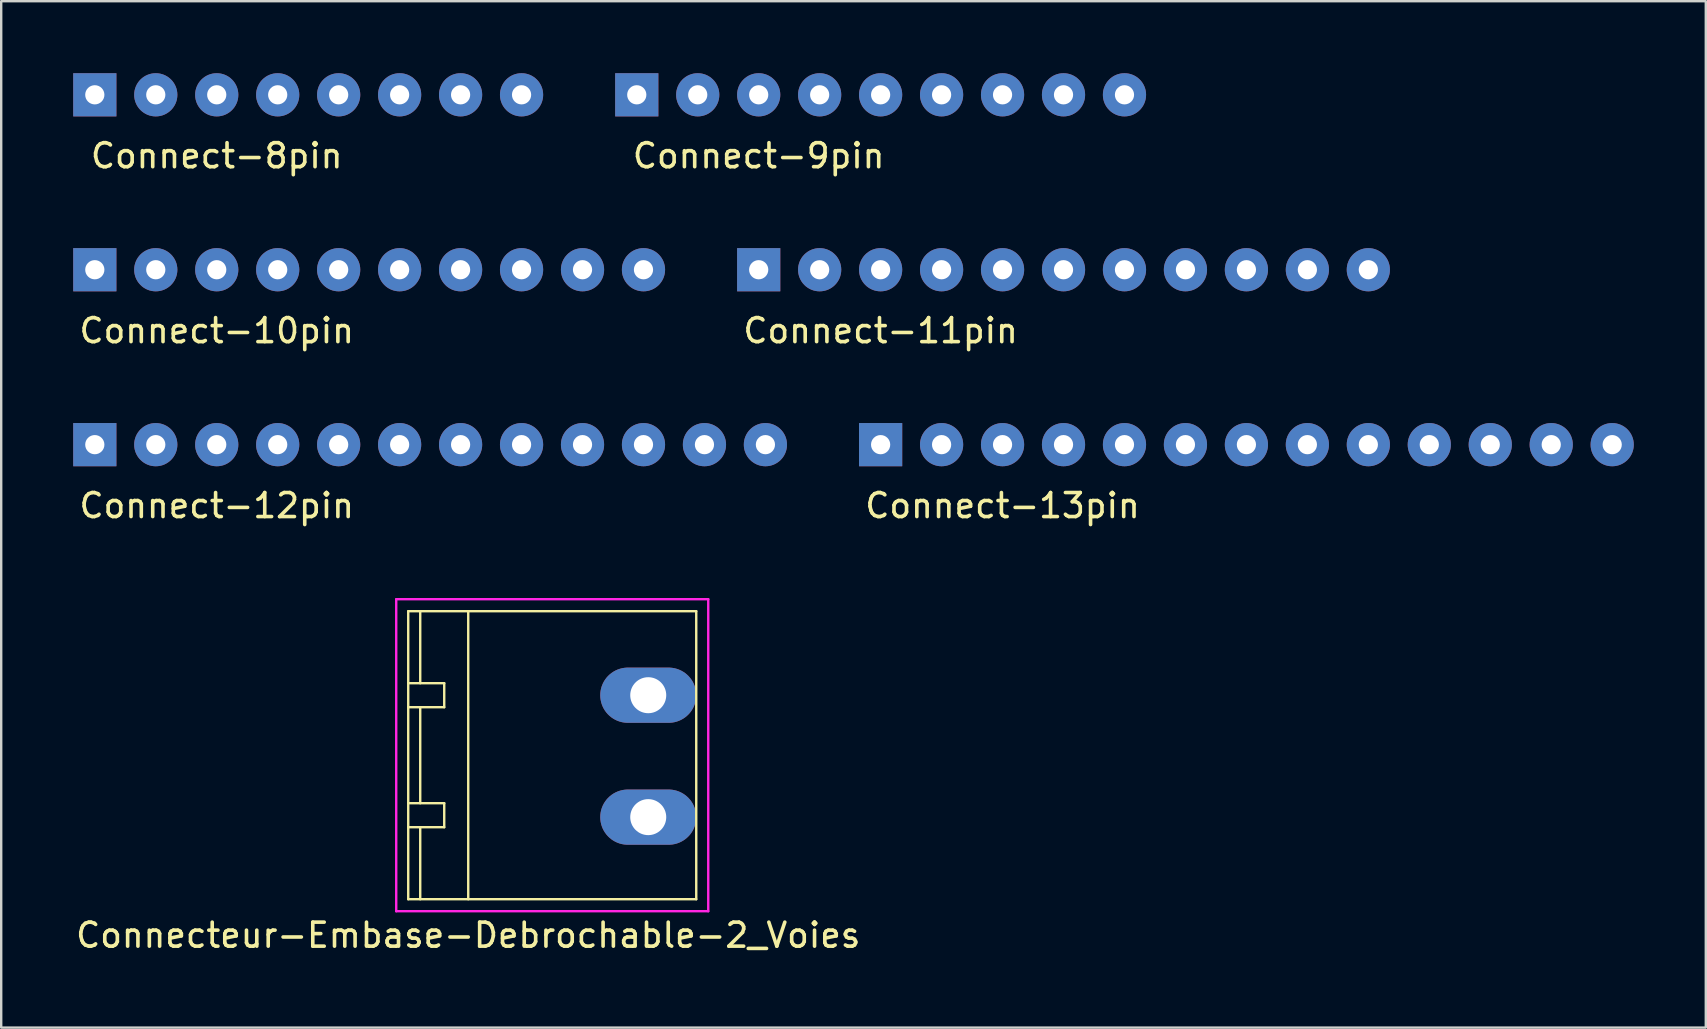
<source format=kicad_pcb>
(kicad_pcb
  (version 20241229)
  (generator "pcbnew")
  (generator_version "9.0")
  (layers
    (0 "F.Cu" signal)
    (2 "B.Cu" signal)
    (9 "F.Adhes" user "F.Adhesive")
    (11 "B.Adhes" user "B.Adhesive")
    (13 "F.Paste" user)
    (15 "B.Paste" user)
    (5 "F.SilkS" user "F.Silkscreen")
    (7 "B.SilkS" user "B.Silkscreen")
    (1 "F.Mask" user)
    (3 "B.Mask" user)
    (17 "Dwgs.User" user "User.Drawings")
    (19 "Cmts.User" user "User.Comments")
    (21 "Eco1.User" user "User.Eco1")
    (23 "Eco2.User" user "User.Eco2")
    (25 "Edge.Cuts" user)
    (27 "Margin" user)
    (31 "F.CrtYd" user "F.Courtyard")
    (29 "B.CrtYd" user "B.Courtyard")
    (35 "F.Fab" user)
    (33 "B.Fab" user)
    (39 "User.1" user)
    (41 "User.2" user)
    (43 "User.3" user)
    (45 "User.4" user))
  (footprint "Connecteur-Embase-Debrochable-2_Voies"
    (layer "F.Cu")
    (at 23.958 25.915)
    (property "Reference" "Connecteur-Embase-Debrochable-2_Voies" (at -7.5 10 0) (layer "F.SilkS") (effects (font (size 1 1) (thickness 0.15))))
    (attr through_hole)
    (fp_line (start -10 -3.5) (end 2 -3.5) (stroke (width 0.1) (type solid)) (layer "F.SilkS"))
    (fp_line (start -10 -0.5) (end -8.5 -0.5) (stroke (width 0.1) (type solid)) (layer "F.SilkS"))
    (fp_line (start -10 4.5) (end -8.5 4.5) (stroke (width 0.1) (type solid)) (layer "F.SilkS"))
    (fp_line (start -10 8.5) (end -10 -3.5) (stroke (width 0.1) (type solid)) (layer "F.SilkS"))
    (fp_line (start -9.5 -3.5) (end -9.5 -0.5) (stroke (width 0.1) (type solid)) (layer "F.SilkS"))
    (fp_line (start -9.5 0.5) (end -9.5 4.5) (stroke (width 0.1) (type solid)) (layer "F.SilkS"))
    (fp_line (start -9.5 5.5) (end -9.5 8.5) (stroke (width 0.1) (type solid)) (layer "F.SilkS"))
    (fp_line (start -8.5 -0.5) (end -8.5 0.5) (stroke (width 0.1) (type solid)) (layer "F.SilkS"))
    (fp_line (start -8.5 0.5) (end -10 0.5) (stroke (width 0.1) (type solid)) (layer "F.SilkS"))
    (fp_line (start -8.5 4.5) (end -8.5 5.5) (stroke (width 0.1) (type solid)) (layer "F.SilkS"))
    (fp_line (start -8.5 5.5) (end -10 5.5) (stroke (width 0.1) (type solid)) (layer "F.SilkS"))
    (fp_line (start -7.5 -3.5) (end -7.5 8.5) (stroke (width 0.1) (type solid)) (layer "F.SilkS"))
    (fp_line (start 2 -3.5) (end 2 8.5) (stroke (width 0.1) (type solid)) (layer "F.SilkS"))
    (fp_line (start 2 8.5) (end -10 8.5) (stroke (width 0.1) (type solid)) (layer "F.SilkS"))
    (fp_line (start -10.5 -4) (end 2.5 -4) (stroke (width 0.1) (type solid)) (layer "F.CrtYd"))
    (fp_line (start -10.5 9) (end -10.5 -4) (stroke (width 0.1) (type solid)) (layer "F.CrtYd"))
    (fp_line (start 2.5 -4) (end 2.5 9) (stroke (width 0.1) (type solid)) (layer "F.CrtYd"))
    (fp_line (start 2.5 9) (end -10.5 9) (stroke (width 0.1) (type solid)) (layer "F.CrtYd"))
    (pad "1" thru_hole oval (at 0 0) (size 4 2.3) (drill 1.5) (layers "*.Cu" "*.Mask"))
    (pad "2" thru_hole oval (at 0 5.08) (size 4 2.3) (drill 1.5) (layers "*.Cu" "*.Mask")))
  (footprint "Connect-13pin"
    (layer "F.Cu")
    (at 38.72 15.476)
    (property "Reference" "Connect-13pin" (at 0 2.54 0) (layer "F.SilkS") (effects (font (size 1 1) (thickness 0.15))))
    (attr through_hole)
    (pad "1" thru_hole rect (at -5.08 0) (size 1.8 1.8) (drill 0.8) (layers "*.Cu" "*.Mask"))
    (pad "2" thru_hole circle (at -2.54 0) (size 1.8 1.8) (drill 0.8) (layers "*.Cu" "*.Mask"))
    (pad "3" thru_hole circle (at 0 0) (size 1.8 1.8) (drill 0.8) (layers "*.Cu" "*.Mask"))
    (pad "4" thru_hole circle (at 2.54 0) (size 1.8 1.8) (drill 0.8) (layers "*.Cu" "*.Mask"))
    (pad "5" thru_hole circle (at 5.08 0) (size 1.8 1.8) (drill 0.8) (layers "*.Cu" "*.Mask"))
    (pad "6" thru_hole circle (at 7.62 0) (size 1.8 1.8) (drill 0.8) (layers "*.Cu" "*.Mask"))
    (pad "7" thru_hole circle (at 10.16 0) (size 1.8 1.8) (drill 0.8) (layers "*.Cu" "*.Mask"))
    (pad "8" thru_hole circle (at 12.7 0) (size 1.8 1.8) (drill 0.8) (layers "*.Cu" "*.Mask"))
    (pad "9" thru_hole circle (at 15.24 0) (size 1.8 1.8) (drill 0.8) (layers "*.Cu" "*.Mask"))
    (pad "10" thru_hole circle (at 17.78 0) (size 1.8 1.8) (drill 0.8) (layers "*.Cu" "*.Mask"))
    (pad "11" thru_hole circle (at 20.32 0) (size 1.8 1.8) (drill 0.8) (layers "*.Cu" "*.Mask"))
    (pad "12" thru_hole circle (at 22.86 0) (size 1.8 1.8) (drill 0.8) (layers "*.Cu" "*.Mask"))
    (pad "13" thru_hole circle (at 25.4 0) (size 1.8 1.8) (drill 0.8) (layers "*.Cu" "*.Mask")))
  (footprint "Connect-10pin"
    (layer "F.Cu")
    (at 5.98 8.188)
    (property "Reference" "Connect-10pin" (at 0 2.54 0) (layer "F.SilkS") (effects (font (size 1 1) (thickness 0.15))))
    (attr through_hole)
    (pad "1" thru_hole rect (at -5.08 0) (size 1.8 1.8) (drill 0.8) (layers "*.Cu" "*.Mask"))
    (pad "2" thru_hole circle (at -2.54 0) (size 1.8 1.8) (drill 0.8) (layers "*.Cu" "*.Mask"))
    (pad "3" thru_hole circle (at 0 0) (size 1.8 1.8) (drill 0.8) (layers "*.Cu" "*.Mask"))
    (pad "4" thru_hole circle (at 2.54 0) (size 1.8 1.8) (drill 0.8) (layers "*.Cu" "*.Mask"))
    (pad "5" thru_hole circle (at 5.08 0) (size 1.8 1.8) (drill 0.8) (layers "*.Cu" "*.Mask"))
    (pad "6" thru_hole circle (at 7.62 0) (size 1.8 1.8) (drill 0.8) (layers "*.Cu" "*.Mask"))
    (pad "7" thru_hole circle (at 10.16 0) (size 1.8 1.8) (drill 0.8) (layers "*.Cu" "*.Mask"))
    (pad "8" thru_hole circle (at 12.7 0) (size 1.8 1.8) (drill 0.8) (layers "*.Cu" "*.Mask"))
    (pad "9" thru_hole circle (at 15.24 0) (size 1.8 1.8) (drill 0.8) (layers "*.Cu" "*.Mask"))
    (pad "10" thru_hole circle (at 17.78 0) (size 1.8 1.8) (drill 0.8) (layers "*.Cu" "*.Mask")))
  (footprint "Connect-8pin"
    (layer "F.Cu")
    (at 5.98 0.9)
    (property "Reference" "Connect-8pin" (at 0 2.54 0) (layer "F.SilkS") (effects (font (size 1 1) (thickness 0.15))))
    (attr through_hole)
    (pad "1" thru_hole rect (at -5.08 0) (size 1.8 1.8) (drill 0.8) (layers "*.Cu" "*.Mask"))
    (pad "2" thru_hole circle (at -2.54 0) (size 1.8 1.8) (drill 0.8) (layers "*.Cu" "*.Mask"))
    (pad "3" thru_hole circle (at 0 0) (size 1.8 1.8) (drill 0.8) (layers "*.Cu" "*.Mask"))
    (pad "4" thru_hole circle (at 2.54 0) (size 1.8 1.8) (drill 0.8) (layers "*.Cu" "*.Mask"))
    (pad "5" thru_hole circle (at 5.08 0) (size 1.8 1.8) (drill 0.8) (layers "*.Cu" "*.Mask"))
    (pad "6" thru_hole circle (at 7.62 0) (size 1.8 1.8) (drill 0.8) (layers "*.Cu" "*.Mask"))
    (pad "7" thru_hole circle (at 10.16 0) (size 1.8 1.8) (drill 0.8) (layers "*.Cu" "*.Mask"))
    (pad "8" thru_hole circle (at 12.7 0) (size 1.8 1.8) (drill 0.8) (layers "*.Cu" "*.Mask")))
  (footprint "Connect-9pin"
    (layer "F.Cu")
    (at 28.56 0.9)
    (property "Reference" "Connect-9pin" (at 0 2.54 0) (layer "F.SilkS") (effects (font (size 1 1) (thickness 0.15))))
    (attr through_hole)
    (pad "1" thru_hole rect (at -5.08 0) (size 1.8 1.8) (drill 0.8) (layers "*.Cu" "*.Mask"))
    (pad "2" thru_hole circle (at -2.54 0) (size 1.8 1.8) (drill 0.8) (layers "*.Cu" "*.Mask"))
    (pad "3" thru_hole circle (at 0 0) (size 1.8 1.8) (drill 0.8) (layers "*.Cu" "*.Mask"))
    (pad "4" thru_hole circle (at 2.54 0) (size 1.8 1.8) (drill 0.8) (layers "*.Cu" "*.Mask"))
    (pad "5" thru_hole circle (at 5.08 0) (size 1.8 1.8) (drill 0.8) (layers "*.Cu" "*.Mask"))
    (pad "6" thru_hole circle (at 7.62 0) (size 1.8 1.8) (drill 0.8) (layers "*.Cu" "*.Mask"))
    (pad "7" thru_hole circle (at 10.16 0) (size 1.8 1.8) (drill 0.8) (layers "*.Cu" "*.Mask"))
    (pad "8" thru_hole circle (at 12.7 0) (size 1.8 1.8) (drill 0.8) (layers "*.Cu" "*.Mask"))
    (pad "9" thru_hole circle (at 15.24 0) (size 1.8 1.8) (drill 0.8) (layers "*.Cu" "*.Mask")))
  (footprint "Connect-11pin"
    (layer "F.Cu")
    (at 33.64 8.188)
    (property "Reference" "Connect-11pin" (at 0 2.54 0) (layer "F.SilkS") (effects (font (size 1 1) (thickness 0.15))))
    (attr through_hole)
    (pad "1" thru_hole rect (at -5.08 0) (size 1.8 1.8) (drill 0.8) (layers "*.Cu" "*.Mask"))
    (pad "2" thru_hole circle (at -2.54 0) (size 1.8 1.8) (drill 0.8) (layers "*.Cu" "*.Mask"))
    (pad "3" thru_hole circle (at 0 0) (size 1.8 1.8) (drill 0.8) (layers "*.Cu" "*.Mask"))
    (pad "4" thru_hole circle (at 2.54 0) (size 1.8 1.8) (drill 0.8) (layers "*.Cu" "*.Mask"))
    (pad "5" thru_hole circle (at 5.08 0) (size 1.8 1.8) (drill 0.8) (layers "*.Cu" "*.Mask"))
    (pad "6" thru_hole circle (at 7.62 0) (size 1.8 1.8) (drill 0.8) (layers "*.Cu" "*.Mask"))
    (pad "7" thru_hole circle (at 10.16 0) (size 1.8 1.8) (drill 0.8) (layers "*.Cu" "*.Mask"))
    (pad "8" thru_hole circle (at 12.7 0) (size 1.8 1.8) (drill 0.8) (layers "*.Cu" "*.Mask"))
    (pad "9" thru_hole circle (at 15.24 0) (size 1.8 1.8) (drill 0.8) (layers "*.Cu" "*.Mask"))
    (pad "10" thru_hole circle (at 17.78 0) (size 1.8 1.8) (drill 0.8) (layers "*.Cu" "*.Mask"))
    (pad "11" thru_hole circle (at 20.32 0) (size 1.8 1.8) (drill 0.8) (layers "*.Cu" "*.Mask")))
  (footprint "Connect-12pin"
    (layer "F.Cu")
    (at 5.98 15.476)
    (property "Reference" "Connect-12pin" (at 0 2.54 0) (layer "F.SilkS") (effects (font (size 1 1) (thickness 0.15))))
    (attr through_hole)
    (pad "1" thru_hole rect (at -5.08 0) (size 1.8 1.8) (drill 0.8) (layers "*.Cu" "*.Mask"))
    (pad "2" thru_hole circle (at -2.54 0) (size 1.8 1.8) (drill 0.8) (layers "*.Cu" "*.Mask"))
    (pad "3" thru_hole circle (at 0 0) (size 1.8 1.8) (drill 0.8) (layers "*.Cu" "*.Mask"))
    (pad "4" thru_hole circle (at 2.54 0) (size 1.8 1.8) (drill 0.8) (layers "*.Cu" "*.Mask"))
    (pad "5" thru_hole circle (at 5.08 0) (size 1.8 1.8) (drill 0.8) (layers "*.Cu" "*.Mask"))
    (pad "6" thru_hole circle (at 7.62 0) (size 1.8 1.8) (drill 0.8) (layers "*.Cu" "*.Mask"))
    (pad "7" thru_hole circle (at 10.16 0) (size 1.8 1.8) (drill 0.8) (layers "*.Cu" "*.Mask"))
    (pad "8" thru_hole circle (at 12.7 0) (size 1.8 1.8) (drill 0.8) (layers "*.Cu" "*.Mask"))
    (pad "9" thru_hole circle (at 15.24 0) (size 1.8 1.8) (drill 0.8) (layers "*.Cu" "*.Mask"))
    (pad "10" thru_hole circle (at 17.78 0) (size 1.8 1.8) (drill 0.8) (layers "*.Cu" "*.Mask"))
    (pad "11" thru_hole circle (at 20.32 0) (size 1.8 1.8) (drill 0.8) (layers "*.Cu" "*.Mask"))
    (pad "12" thru_hole circle (at 22.86 0) (size 1.8 1.8) (drill 0.8) (layers "*.Cu" "*.Mask")))
  (gr_rect
    (start -3 -3)
    (end 68.02 39.763)
    (stroke (width 0.1) (type default))
    (fill no)
    (layer "Edge.Cuts")))
</source>
